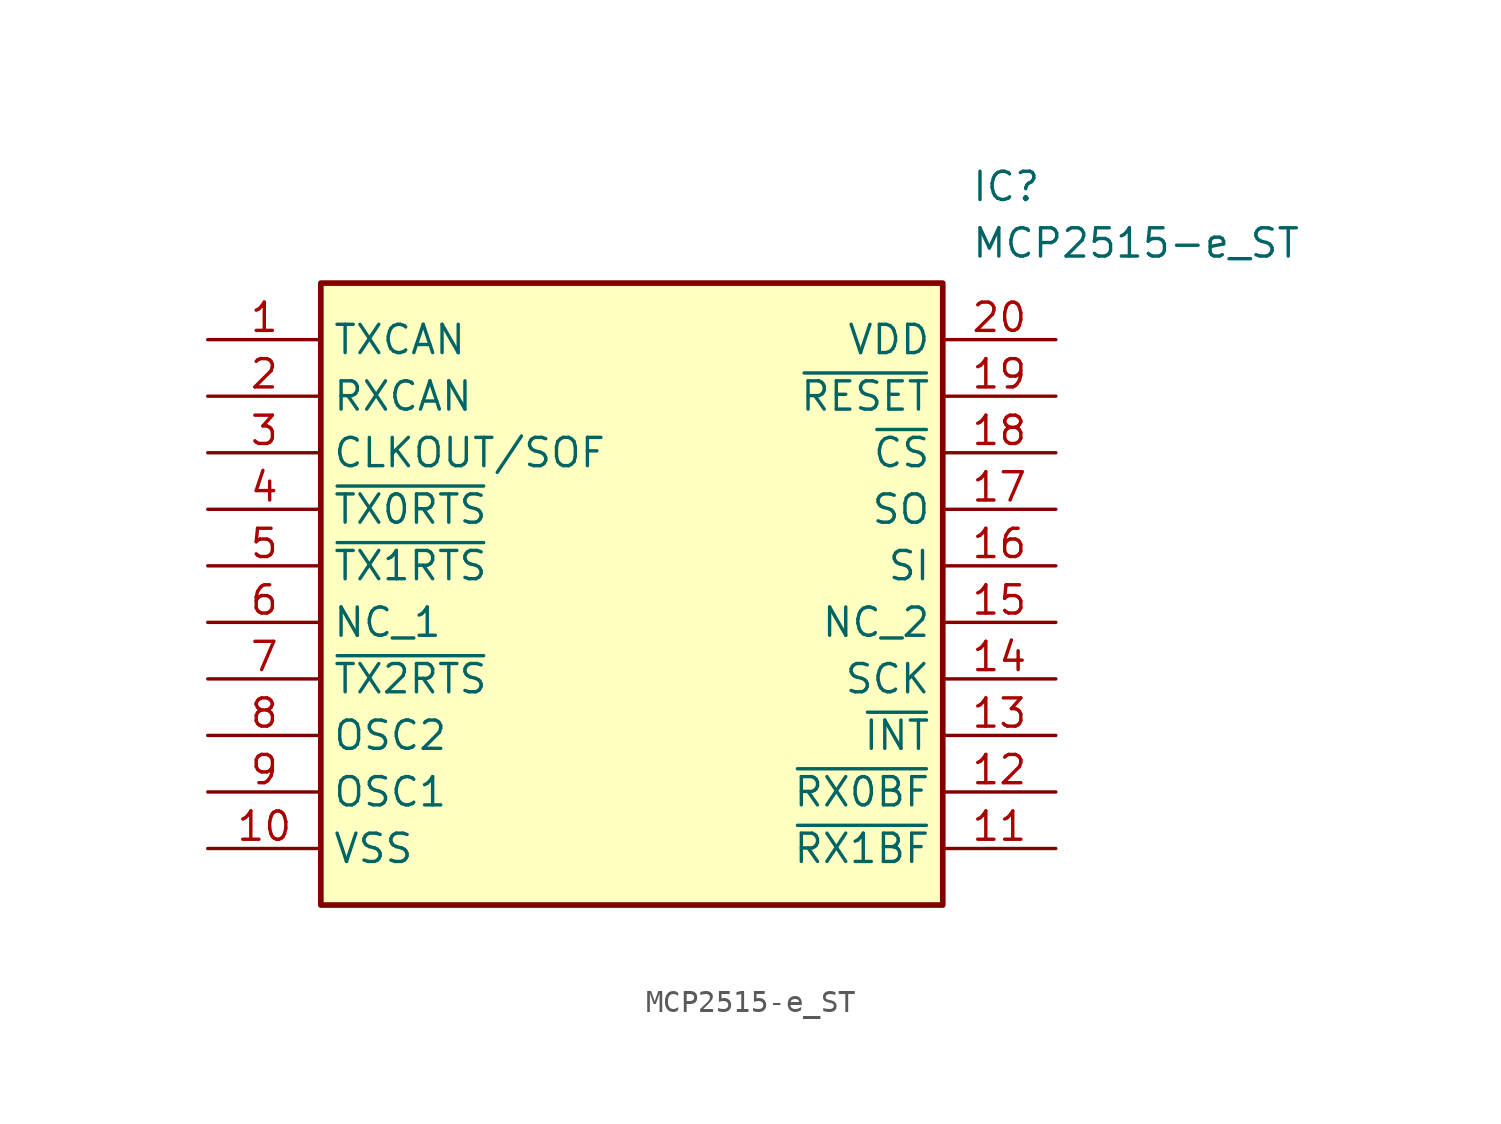
<source format=kicad_sym>
(kicad_symbol_lib
  (version 20211014)
  (generator SamacSys_ECAD_Model)
  (symbol "MCP2515-e_ST"
    (property "Reference" "IC"
      (at 34.29 7.62 0)
      (effects (font (size 1.27 1.27)) (justify left top)))
    (property "Value" "MCP2515-e_ST"
      (at 34.29 5.08 0)
      (effects (font (size 1.27 1.27)) (justify left top)))
    (rectangle
      (start 5.08 2.54)
      (end 33.02 -25.4)
      (stroke (width 0.254) (type default))
      (fill (type background)))
    (pin passive line
      (at 0 0 0)
      (length 5.08)
      (name "TXCAN" (effects (font (size 1.27 1.27))))
      (number "1" (effects (font (size 1.27 1.27)))))
    (pin passive line
      (at 0 -2.54 0)
      (length 5.08)
      (name "RXCAN" (effects (font (size 1.27 1.27))))
      (number "2" (effects (font (size 1.27 1.27)))))
    (pin passive line
      (at 0 -5.08 0)
      (length 5.08)
      (name "CLKOUT/SOF" (effects (font (size 1.27 1.27))))
      (number "3" (effects (font (size 1.27 1.27)))))
    (pin passive line
      (at 0 -7.62 0)
      (length 5.08)
      (name "~{TX0RTS}" (effects (font (size 1.27 1.27))))
      (number "4" (effects (font (size 1.27 1.27)))))
    (pin passive line
      (at 0 -10.16 0)
      (length 5.08)
      (name "~{TX1RTS}" (effects (font (size 1.27 1.27))))
      (number "5" (effects (font (size 1.27 1.27)))))
    (pin passive line
      (at 0 -12.7 0)
      (length 5.08)
      (name "NC_1" (effects (font (size 1.27 1.27))))
      (number "6" (effects (font (size 1.27 1.27)))))
    (pin passive line
      (at 0 -15.24 0)
      (length 5.08)
      (name "~{TX2RTS}" (effects (font (size 1.27 1.27))))
      (number "7" (effects (font (size 1.27 1.27)))))
    (pin passive line
      (at 0 -17.78 0)
      (length 5.08)
      (name "OSC2" (effects (font (size 1.27 1.27))))
      (number "8" (effects (font (size 1.27 1.27)))))
    (pin passive line
      (at 0 -20.32 0)
      (length 5.08)
      (name "OSC1" (effects (font (size 1.27 1.27))))
      (number "9" (effects (font (size 1.27 1.27)))))
    (pin passive line
      (at 0 -22.86 0)
      (length 5.08)
      (name "VSS" (effects (font (size 1.27 1.27))))
      (number "10" (effects (font (size 1.27 1.27)))))
    (pin passive line
      (at 38.1 0 180)
      (length 5.08)
      (name "VDD" (effects (font (size 1.27 1.27))))
      (number "20" (effects (font (size 1.27 1.27)))))
    (pin passive line
      (at 38.1 -2.54 180)
      (length 5.08)
      (name "~{RESET}" (effects (font (size 1.27 1.27))))
      (number "19" (effects (font (size 1.27 1.27)))))
    (pin passive line
      (at 38.1 -5.08 180)
      (length 5.08)
      (name "~{CS}" (effects (font (size 1.27 1.27))))
      (number "18" (effects (font (size 1.27 1.27)))))
    (pin passive line
      (at 38.1 -7.62 180)
      (length 5.08)
      (name "SO" (effects (font (size 1.27 1.27))))
      (number "17" (effects (font (size 1.27 1.27)))))
    (pin passive line
      (at 38.1 -10.16 180)
      (length 5.08)
      (name "SI" (effects (font (size 1.27 1.27))))
      (number "16" (effects (font (size 1.27 1.27)))))
    (pin passive line
      (at 38.1 -12.7 180)
      (length 5.08)
      (name "NC_2" (effects (font (size 1.27 1.27))))
      (number "15" (effects (font (size 1.27 1.27)))))
    (pin passive line
      (at 38.1 -15.24 180)
      (length 5.08)
      (name "SCK" (effects (font (size 1.27 1.27))))
      (number "14" (effects (font (size 1.27 1.27)))))
    (pin passive line
      (at 38.1 -17.78 180)
      (length 5.08)
      (name "~{INT}" (effects (font (size 1.27 1.27))))
      (number "13" (effects (font (size 1.27 1.27)))))
    (pin passive line
      (at 38.1 -20.32 180)
      (length 5.08)
      (name "~{RX0BF}" (effects (font (size 1.27 1.27))))
      (number "12" (effects (font (size 1.27 1.27)))))
    (pin passive line
      (at 38.1 -22.86 180)
      (length 5.08)
      (name "~{RX1BF}" (effects (font (size 1.27 1.27))))
      (number "11" (effects (font (size 1.27 1.27)))))))
</source>
